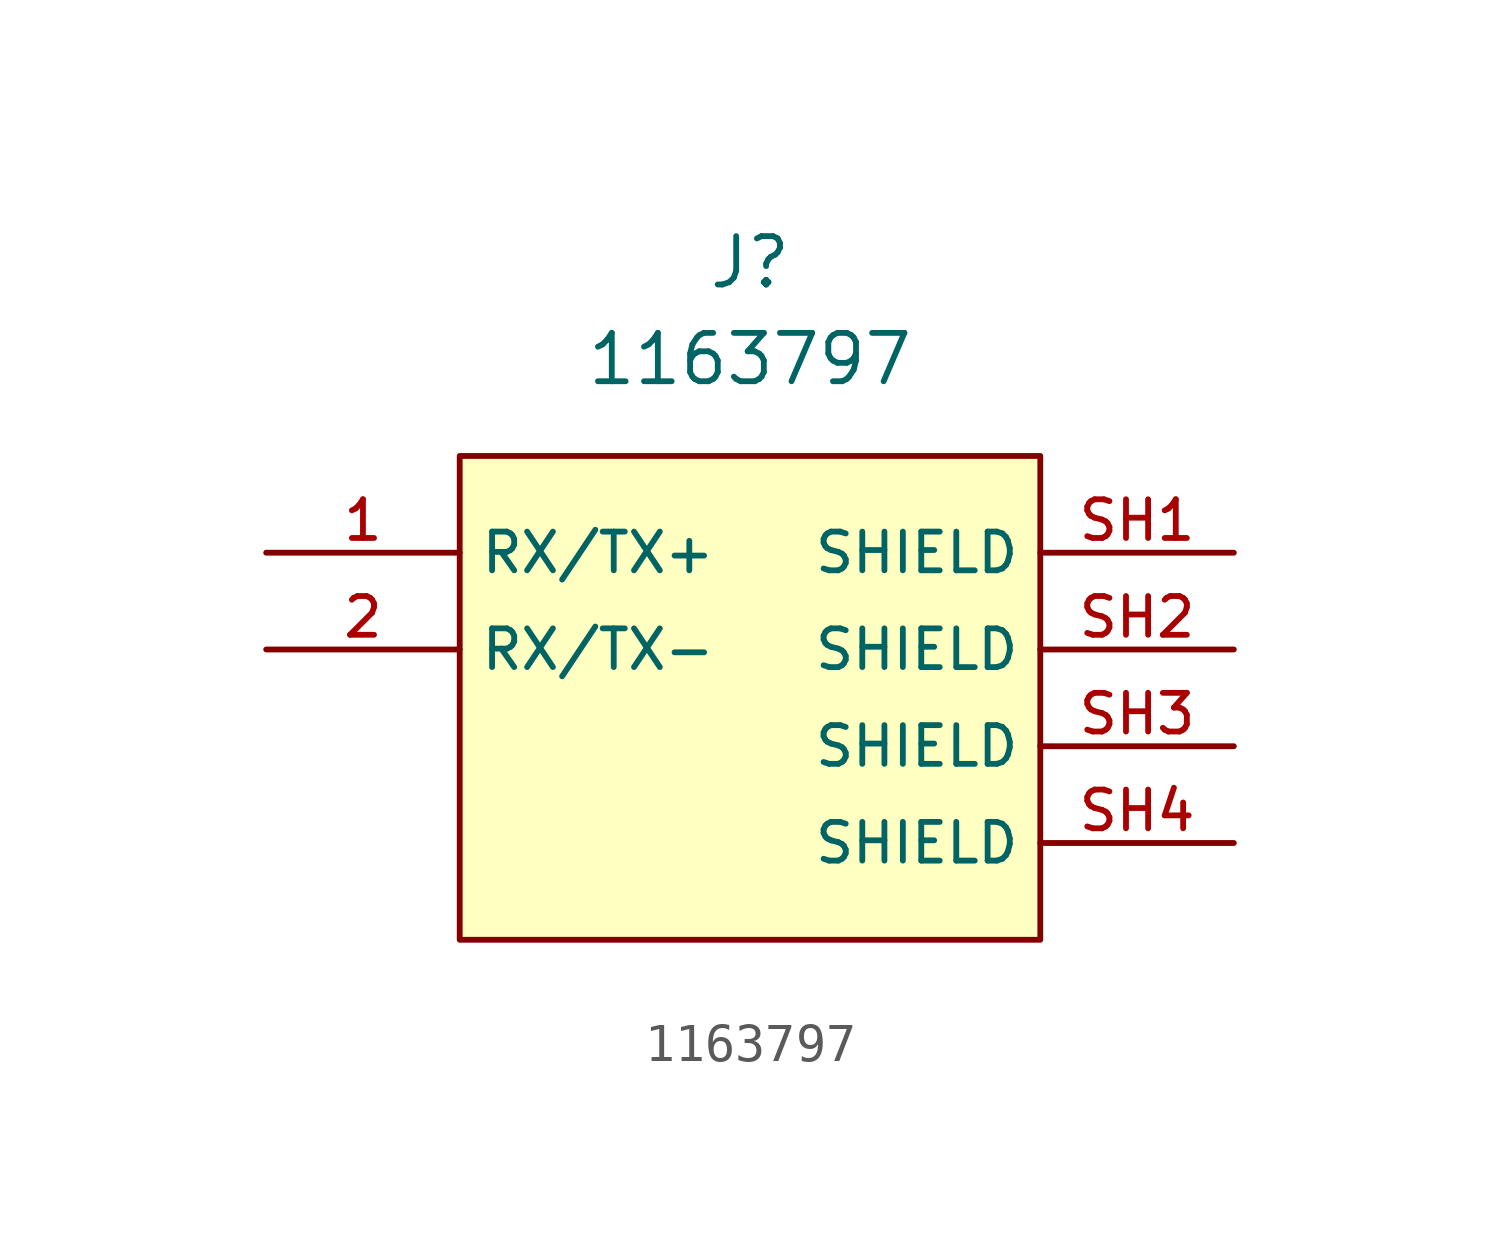
<source format=kicad_sym>
(kicad_symbol_lib
  (version 20241209)
  (generator "kicad_symbol_editor")
  (generator_version "9.0")
  (symbol "1163797"
    (property "Reference" "J"
      (at 0 5.08 0)
      (effects (font (size 1.27 1.27))))
    (property "Value" "1163797"
      (at 0 2.54 0)
      (effects (font (size 1.27 1.27))))
    (symbol "1163797_0_0"
      (pin bidirectional line (at -12.7 -2.54 0) (length 5.08) (name "RX/TX+" (effects (font (size 1.016 1.016)))) (number "1" (effects (font (size 1.016 1.016)))))
      (pin bidirectional line (at -12.7 -5.08 0) (length 5.08) (name "RX/TX-" (effects (font (size 1.016 1.016)))) (number "2" (effects (font (size 1.016 1.016)))))
      (pin passive line (at 12.7 -2.54 180) (length 5.08) (name "SHIELD" (effects (font (size 1.016 1.016)))) (number "SH1" (effects (font (size 1.016 1.016)))))
      (pin passive line (at 12.7 -5.08 180) (length 5.08) (name "SHIELD" (effects (font (size 1.016 1.016)))) (number "SH2" (effects (font (size 1.016 1.016)))))
      (pin passive line (at 12.7 -7.62 180) (length 5.08) (name "SHIELD" (effects (font (size 1.016 1.016)))) (number "SH3" (effects (font (size 1.016 1.016)))))
      (pin passive line (at 12.7 -10.16 180) (length 5.08) (name "SHIELD" (effects (font (size 1.016 1.016)))) (number "SH4" (effects (font (size 1.016 1.016))))))
    (symbol "1163797_1_0"
      (rectangle (start -7.62 0) (end 7.62 -12.7) (stroke (width 0) (type solid)) (fill (type background))))))
</source>
